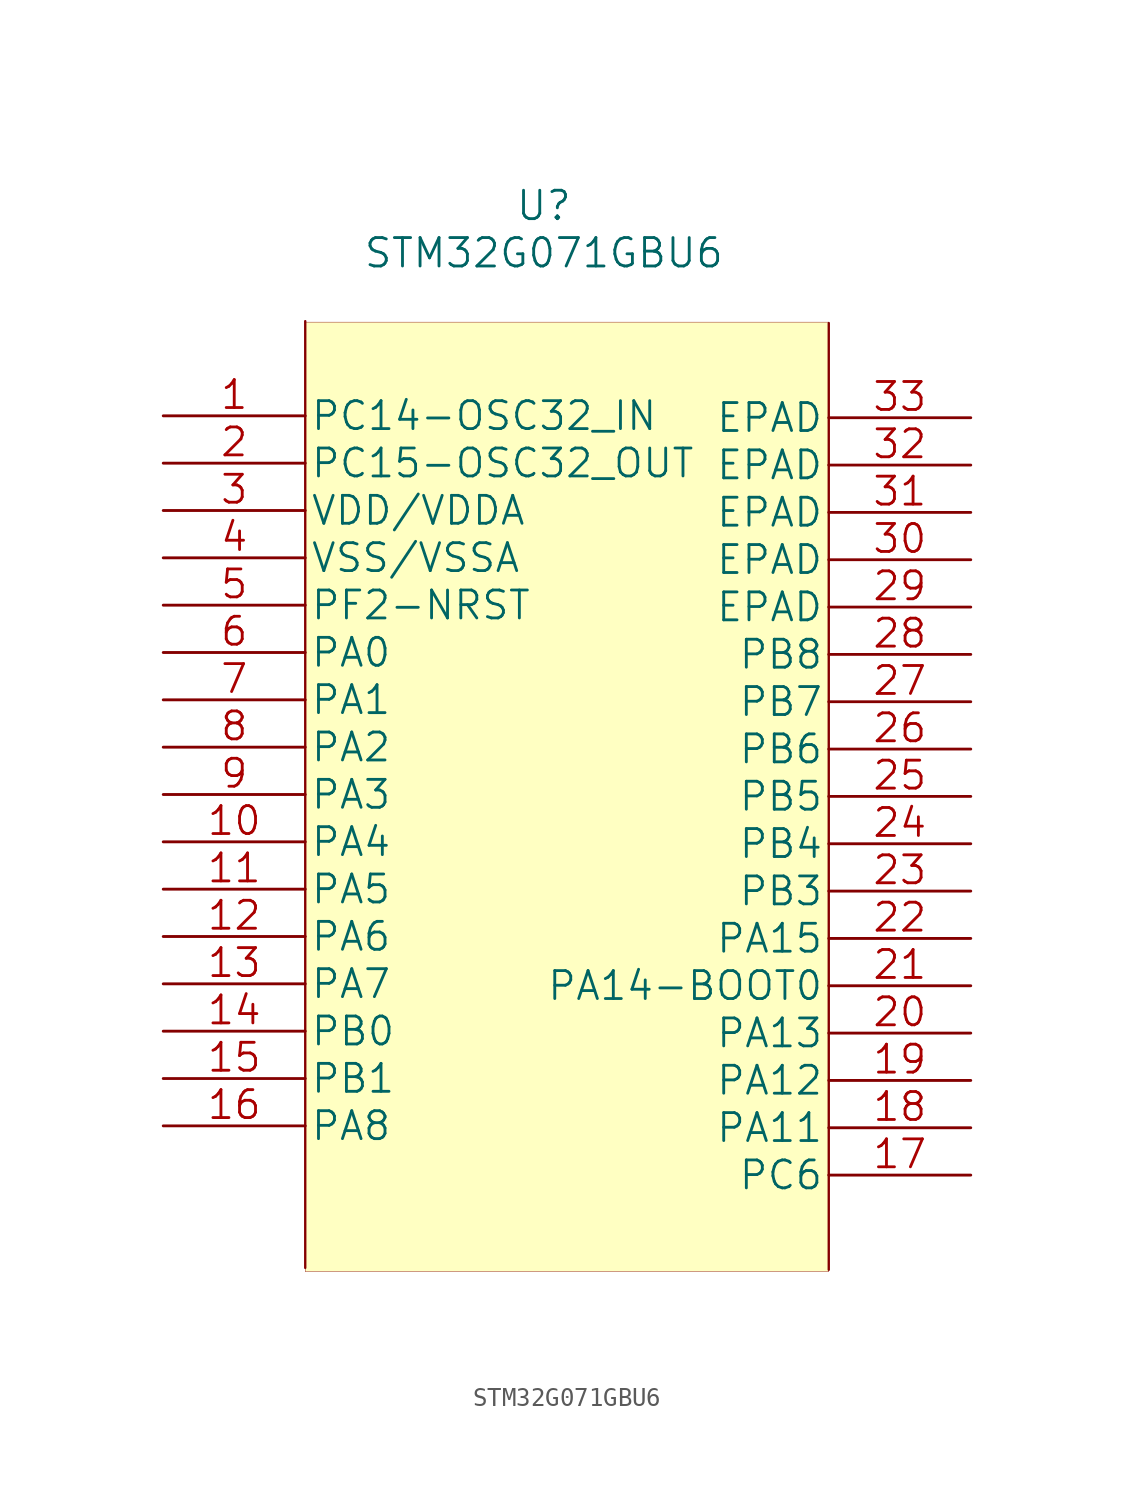
<source format=kicad_sym>
(kicad_symbol_lib
  (version 20200827)
  (generator kicad_symbol_editor)
  (symbol "2020-06-11_01-53-57:STM32G071GBU6"
    (pin_names
      (offset 0.254))
    (property "Reference" "U"
      (at 20.422 11.278 0)
      (effects (font (size 1.524 1.524))))
    (property "Value" "STM32G071GBU6"
      (at 20.422 8.738 0)
      (effects (font (size 1.524 1.524))))
    (property "Datasheet" ""
      (at 0 0 0)
      (effects (font (size 1.524 1.524))))
    (property "ki_locked" ""
      (at 0 0 0)
      (effects (font (size 1.27 1.27))))
    (symbol "STM32G071GBU6_0_1"
      (rectangle (start 7.62 5.029) (end 35.712 -45.923) (stroke (width 0.001)) (fill (type background))))
    (symbol "STM32G071GBU6_1_1"
      (polyline (pts (xy 7.62 5.08) (xy 7.62 -45.72)) (stroke (width 0.127)) (fill (type none)))
      (polyline (pts (xy 35.712 -45.822) (xy 35.712 4.978)) (stroke (width 0.127)) (fill (type none)))
      (pin bidirectional line (at 0 0 0) (length 7.62) (name "PC14-OSC32_IN" (effects (font (size 1.499 1.499)))) (number "1" (effects (font (size 1.499 1.499)))))
      (pin bidirectional line (at 0 -2.54 0) (length 7.62) (name "PC15-OSC32_OUT" (effects (font (size 1.499 1.499)))) (number "2" (effects (font (size 1.499 1.499)))))
      (pin power_in line (at 0 -5.08 0) (length 7.62) (name "VDD/VDDA" (effects (font (size 1.499 1.499)))) (number "3" (effects (font (size 1.499 1.499)))))
      (pin power_in line (at 0 -7.62 0) (length 7.62) (name "VSS/VSSA" (effects (font (size 1.499 1.499)))) (number "4" (effects (font (size 1.499 1.499)))))
      (pin bidirectional line (at 0 -10.16 0) (length 7.62) (name "PF2-NRST" (effects (font (size 1.499 1.499)))) (number "5" (effects (font (size 1.499 1.499)))))
      (pin bidirectional line (at 0 -12.7 0) (length 7.62) (name "PA0" (effects (font (size 1.499 1.499)))) (number "6" (effects (font (size 1.499 1.499)))))
      (pin bidirectional line (at 0 -15.24 0) (length 7.62) (name "PA1" (effects (font (size 1.499 1.499)))) (number "7" (effects (font (size 1.499 1.499)))))
      (pin bidirectional line (at 0 -17.78 0) (length 7.62) (name "PA2" (effects (font (size 1.499 1.499)))) (number "8" (effects (font (size 1.499 1.499)))))
      (pin bidirectional line (at 0 -20.32 0) (length 7.62) (name "PA3" (effects (font (size 1.499 1.499)))) (number "9" (effects (font (size 1.499 1.499)))))
      (pin bidirectional line (at 0 -22.86 0) (length 7.62) (name "PA4" (effects (font (size 1.499 1.499)))) (number "10" (effects (font (size 1.499 1.499)))))
      (pin bidirectional line (at 0 -25.4 0) (length 7.62) (name "PA5" (effects (font (size 1.499 1.499)))) (number "11" (effects (font (size 1.499 1.499)))))
      (pin bidirectional line (at 0 -27.94 0) (length 7.62) (name "PA6" (effects (font (size 1.499 1.499)))) (number "12" (effects (font (size 1.499 1.499)))))
      (pin bidirectional line (at 0 -30.48 0) (length 7.62) (name "PA7" (effects (font (size 1.499 1.499)))) (number "13" (effects (font (size 1.499 1.499)))))
      (pin bidirectional line (at 0 -33.02 0) (length 7.62) (name "PB0" (effects (font (size 1.499 1.499)))) (number "14" (effects (font (size 1.499 1.499)))))
      (pin bidirectional line (at 0 -35.56 0) (length 7.62) (name "PB1" (effects (font (size 1.499 1.499)))) (number "15" (effects (font (size 1.499 1.499)))))
      (pin bidirectional line (at 0 -38.1 0) (length 7.62) (name "PA8" (effects (font (size 1.499 1.499)))) (number "16" (effects (font (size 1.499 1.499)))))
      (pin bidirectional line (at 43.332 -40.742 180) (length 7.62) (name "PC6" (effects (font (size 1.499 1.499)))) (number "17" (effects (font (size 1.499 1.499)))))
      (pin bidirectional line (at 43.332 -38.202 180) (length 7.62) (name "PA11" (effects (font (size 1.499 1.499)))) (number "18" (effects (font (size 1.499 1.499)))))
      (pin bidirectional line (at 43.332 -35.662 180) (length 7.62) (name "PA12" (effects (font (size 1.499 1.499)))) (number "19" (effects (font (size 1.499 1.499)))))
      (pin bidirectional line (at 43.332 -33.122 180) (length 7.62) (name "PA13" (effects (font (size 1.499 1.499)))) (number "20" (effects (font (size 1.499 1.499)))))
      (pin bidirectional line (at 43.332 -30.582 180) (length 7.62) (name "PA14-BOOT0" (effects (font (size 1.499 1.499)))) (number "21" (effects (font (size 1.499 1.499)))))
      (pin bidirectional line (at 43.332 -28.042 180) (length 7.62) (name "PA15" (effects (font (size 1.499 1.499)))) (number "22" (effects (font (size 1.499 1.499)))))
      (pin bidirectional line (at 43.332 -25.502 180) (length 7.62) (name "PB3" (effects (font (size 1.499 1.499)))) (number "23" (effects (font (size 1.499 1.499)))))
      (pin bidirectional line (at 43.332 -22.962 180) (length 7.62) (name "PB4" (effects (font (size 1.499 1.499)))) (number "24" (effects (font (size 1.499 1.499)))))
      (pin bidirectional line (at 43.332 -20.422 180) (length 7.62) (name "PB5" (effects (font (size 1.499 1.499)))) (number "25" (effects (font (size 1.499 1.499)))))
      (pin bidirectional line (at 43.332 -17.882 180) (length 7.62) (name "PB6" (effects (font (size 1.499 1.499)))) (number "26" (effects (font (size 1.499 1.499)))))
      (pin bidirectional line (at 43.332 -15.342 180) (length 7.62) (name "PB7" (effects (font (size 1.499 1.499)))) (number "27" (effects (font (size 1.499 1.499)))))
      (pin bidirectional line (at 43.332 -12.802 180) (length 7.62) (name "PB8" (effects (font (size 1.499 1.499)))) (number "28" (effects (font (size 1.499 1.499)))))
      (pin unspecified line (at 43.332 -10.262 180) (length 7.62) (name "EPAD" (effects (font (size 1.499 1.499)))) (number "29" (effects (font (size 1.499 1.499)))))
      (pin unspecified line (at 43.332 -7.722 180) (length 7.62) (name "EPAD" (effects (font (size 1.499 1.499)))) (number "30" (effects (font (size 1.499 1.499)))))
      (pin unspecified line (at 43.332 -5.182 180) (length 7.62) (name "EPAD" (effects (font (size 1.499 1.499)))) (number "31" (effects (font (size 1.499 1.499)))))
      (pin unspecified line (at 43.332 -2.642 180) (length 7.62) (name "EPAD" (effects (font (size 1.499 1.499)))) (number "32" (effects (font (size 1.499 1.499)))))
      (pin unspecified line (at 43.332 -0.102 180) (length 7.62) (name "EPAD" (effects (font (size 1.499 1.499)))) (number "33" (effects (font (size 1.499 1.499))))))))
</source>
